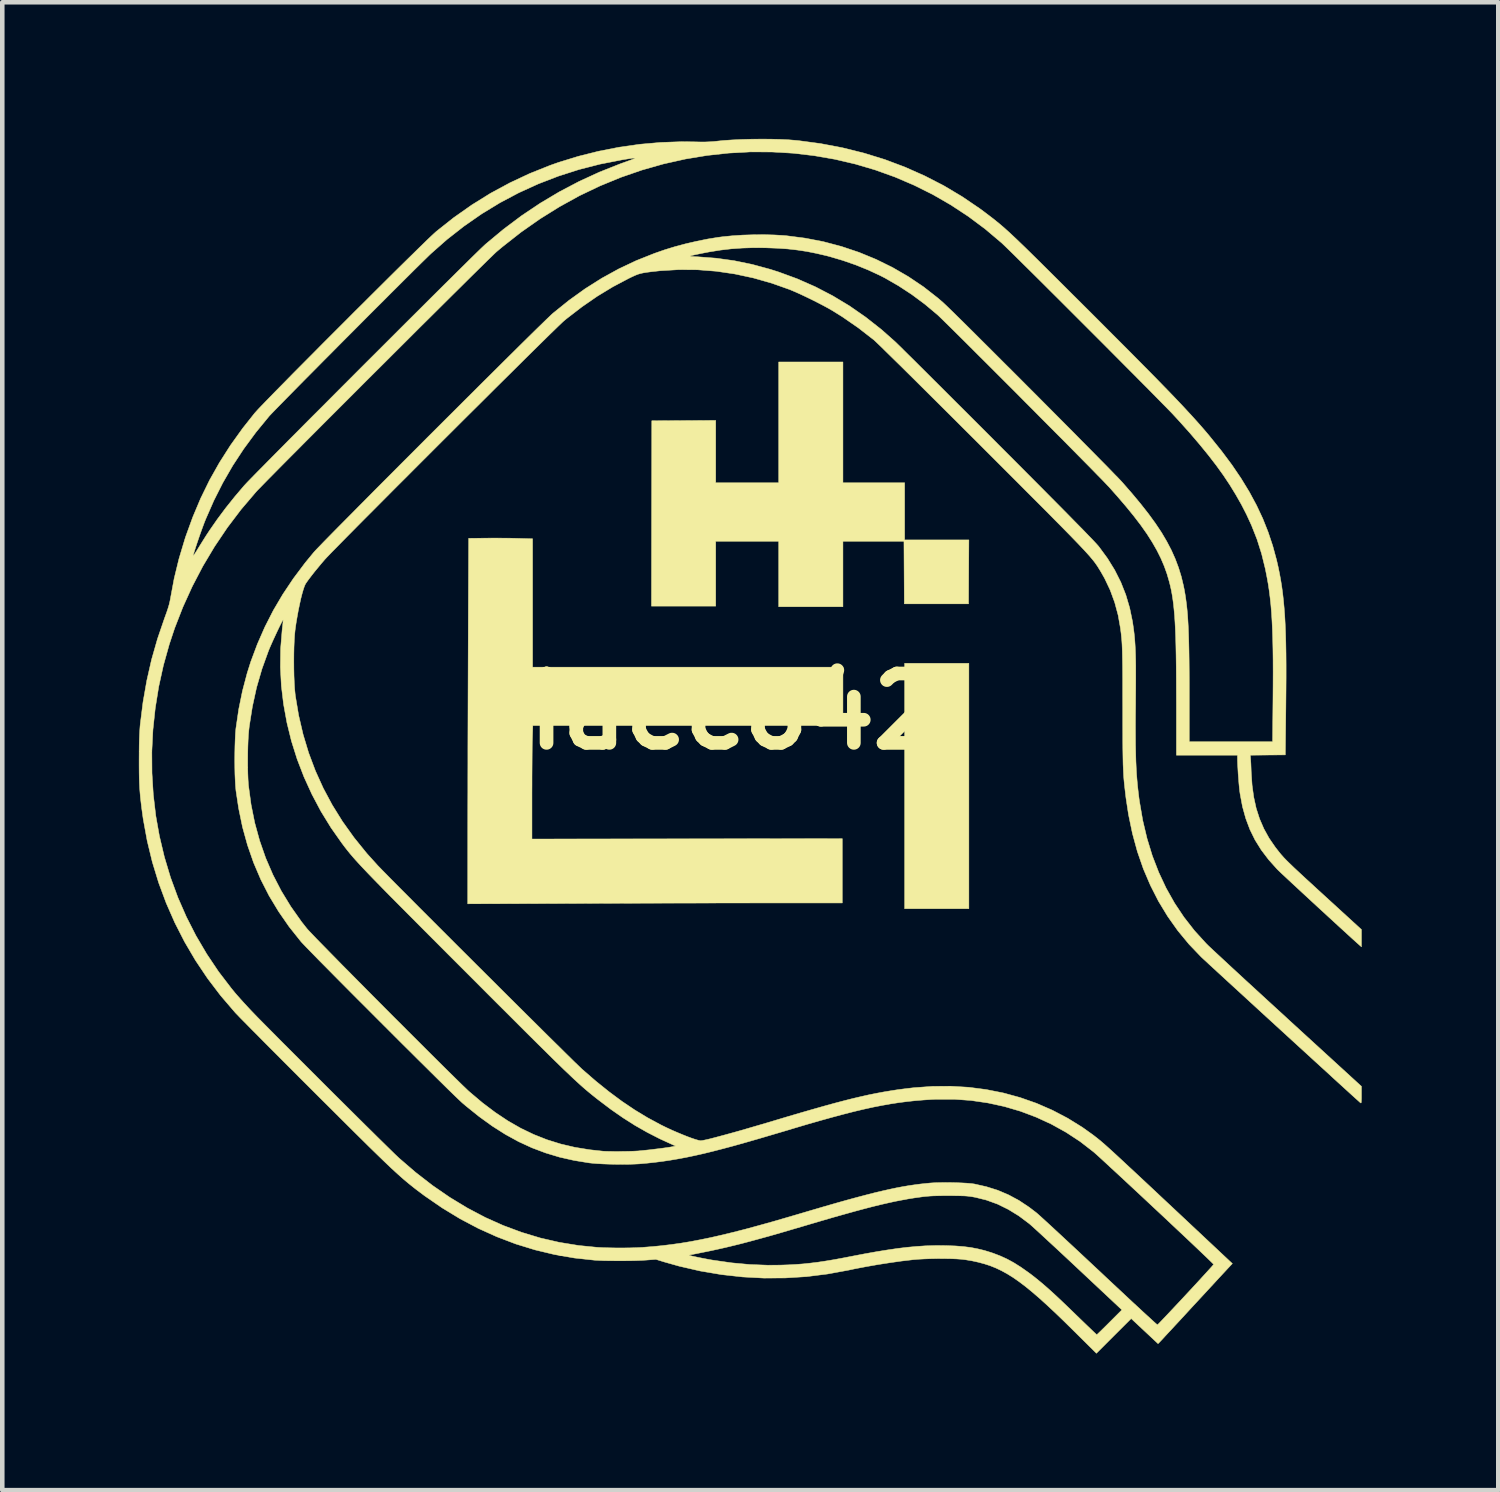
<source format=kicad_pcb>
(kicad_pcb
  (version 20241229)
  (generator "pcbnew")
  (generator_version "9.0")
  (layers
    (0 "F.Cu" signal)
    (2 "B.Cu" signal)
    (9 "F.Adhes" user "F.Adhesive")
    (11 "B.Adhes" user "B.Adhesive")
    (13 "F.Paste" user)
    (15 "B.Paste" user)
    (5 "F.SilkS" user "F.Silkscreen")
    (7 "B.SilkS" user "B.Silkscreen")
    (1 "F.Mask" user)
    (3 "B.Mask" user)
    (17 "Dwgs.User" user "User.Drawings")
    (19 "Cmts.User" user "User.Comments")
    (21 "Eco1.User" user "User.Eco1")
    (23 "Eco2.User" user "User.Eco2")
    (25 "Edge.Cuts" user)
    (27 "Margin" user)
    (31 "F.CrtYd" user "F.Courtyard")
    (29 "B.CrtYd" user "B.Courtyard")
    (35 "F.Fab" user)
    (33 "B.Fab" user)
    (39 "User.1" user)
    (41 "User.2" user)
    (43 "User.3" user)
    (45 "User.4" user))
  (footprint "biacco42"
    (layer "F.Cu")
    (at 12.401 12.576)
    (property "Reference" "biacco42" (at 0 0 0) (layer "F.SilkS") (effects (font (size 1.524 1.524) (thickness 0.3))))
    (attr through_hole)
    (fp_poly (pts (xy 5.828 4.332) (xy 4.417 4.332) (xy 4.417 -1.058) (xy 5.828 -1.058) (xy 5.828 4.332)) (stroke (width 0.01) (type solid)) (fill yes) (layer "F.SilkS"))
    (fp_poly (pts (xy 3.062 -5.024) (xy 4.417 -5.024) (xy 4.417 -3.768) (xy 5.828 -3.768) (xy 5.824 -3.066) (xy 5.821 -2.364) (xy 4.41 -2.364) (xy 4.406 -3.052) (xy 4.402 -3.739) (xy 3.062 -3.739) (xy 3.062 -2.3) (xy 1.651 -2.3) (xy 1.651 -3.739) (xy 0.268 -3.739) (xy 0.268 -2.314) (xy -1.143 -2.314) (xy -1.14 -4.35) (xy -1.136 -6.385) (xy -0.434 -6.389) (xy 0.268 -6.393) (xy 0.268 -5.024) (xy 1.651 -5.024) (xy 1.651 -7.676) (xy 3.062 -7.676) (xy 3.062 -5.024)) (stroke (width 0.01) (type solid)) (fill yes) (layer "F.SilkS"))
    (fp_poly (pts (xy -4.521 -3.808) (xy -4.378 -3.807) (xy -4.242 -3.806) (xy -4.12 -3.803) (xy -4.082 -3.802) (xy -3.754 -3.793) (xy -3.754 -0.974) (xy 3.062 -0.974) (xy 3.062 0.31) (xy -3.749 0.31) (xy -3.758 0.588) (xy -3.76 0.651) (xy -3.762 0.738) (xy -3.763 0.848) (xy -3.764 0.976) (xy -3.765 1.119) (xy -3.766 1.274) (xy -3.767 1.438) (xy -3.767 1.608) (xy -3.768 1.78) (xy -3.768 1.833) (xy -3.768 2.801) (xy -0.36 2.797) (xy 3.048 2.793) (xy 3.048 4.205) (xy 1.519 4.205) (xy 1.334 4.205) (xy 1.122 4.205) (xy 0.888 4.206) (xy 0.634 4.206) (xy 0.363 4.206) (xy 0.077 4.207) (xy -0.22 4.208) (xy -0.527 4.208) (xy -0.839 4.209) (xy -1.156 4.21) (xy -1.473 4.211) (xy -1.788 4.212) (xy -2.098 4.213) (xy -2.401 4.214) (xy -2.594 4.215) (xy -5.179 4.224) (xy -5.177 2.045) (xy -5.176 1.759) (xy -5.176 1.455) (xy -5.175 1.137) (xy -5.175 0.809) (xy -5.174 0.475) (xy -5.173 0.138) (xy -5.172 -0.197) (xy -5.171 -0.527) (xy -5.17 -0.848) (xy -5.169 -1.156) (xy -5.168 -1.447) (xy -5.167 -1.718) (xy -5.166 -1.964) (xy -5.166 -1.968) (xy -5.158 -3.803) (xy -4.784 -3.807) (xy -4.659 -3.808) (xy -4.521 -3.808)) (stroke (width 0.01) (type solid)) (fill yes) (layer "F.SilkS"))
    (fp_poly (pts (xy 1.475 -12.57) (xy 1.68 -12.565) (xy 1.87 -12.556) (xy 2.04 -12.542) (xy 2.081 -12.538) (xy 2.574 -12.472) (xy 3.056 -12.38) (xy 3.526 -12.263) (xy 3.983 -12.122) (xy 4.427 -11.955) (xy 4.857 -11.764) (xy 5.275 -11.549) (xy 5.678 -11.309) (xy 6.067 -11.045) (xy 6.196 -10.949) (xy 6.258 -10.902) (xy 6.317 -10.857) (xy 6.373 -10.814) (xy 6.427 -10.77) (xy 6.482 -10.726) (xy 6.537 -10.679) (xy 6.595 -10.63) (xy 6.656 -10.575) (xy 6.722 -10.516) (xy 6.793 -10.449) (xy 6.872 -10.375) (xy 6.959 -10.291) (xy 7.056 -10.198) (xy 7.163 -10.093) (xy 7.282 -9.976) (xy 7.415 -9.845) (xy 7.562 -9.699) (xy 7.724 -9.538) (xy 7.904 -9.359) (xy 8.101 -9.162) (xy 8.218 -9.046) (xy 8.491 -8.774) (xy 8.745 -8.52) (xy 8.98 -8.284) (xy 9.199 -8.065) (xy 9.401 -7.862) (xy 9.587 -7.674) (xy 9.759 -7.5) (xy 9.918 -7.339) (xy 10.063 -7.19) (xy 10.197 -7.052) (xy 10.321 -6.924) (xy 10.434 -6.805) (xy 10.539 -6.694) (xy 10.635 -6.59) (xy 10.725 -6.493) (xy 10.808 -6.401) (xy 10.887 -6.313) (xy 10.961 -6.228) (xy 11.032 -6.146) (xy 11.1 -6.065) (xy 11.127 -6.032) (xy 11.378 -5.72) (xy 11.605 -5.416) (xy 11.807 -5.118) (xy 11.987 -4.823) (xy 12.145 -4.53) (xy 12.283 -4.236) (xy 12.401 -3.939) (xy 12.502 -3.636) (xy 12.586 -3.326) (xy 12.622 -3.169) (xy 12.651 -3.027) (xy 12.677 -2.885) (xy 12.7 -2.741) (xy 12.72 -2.593) (xy 12.737 -2.439) (xy 12.752 -2.277) (xy 12.765 -2.104) (xy 12.775 -1.92) (xy 12.783 -1.722) (xy 12.789 -1.508) (xy 12.793 -1.276) (xy 12.795 -1.024) (xy 12.795 -0.749) (xy 12.793 -0.451) (xy 12.79 -0.126) (xy 12.79 -0.113) (xy 12.778 0.953) (xy 12.393 0.956) (xy 12.009 0.96) (xy 12.015 1.041) (xy 12.018 1.085) (xy 12.022 1.149) (xy 12.025 1.226) (xy 12.028 1.309) (xy 12.029 1.333) (xy 12.048 1.617) (xy 12.084 1.88) (xy 12.138 2.126) (xy 12.212 2.356) (xy 12.306 2.574) (xy 12.421 2.782) (xy 12.559 2.983) (xy 12.663 3.115) (xy 12.69 3.147) (xy 12.718 3.178) (xy 12.747 3.211) (xy 12.78 3.245) (xy 12.818 3.284) (xy 12.862 3.327) (xy 12.914 3.377) (xy 12.975 3.436) (xy 13.047 3.503) (xy 13.132 3.582) (xy 13.23 3.673) (xy 13.344 3.777) (xy 13.474 3.897) (xy 13.623 4.033) (xy 13.741 4.141) (xy 14.45 4.789) (xy 14.45 5.169) (xy 14.419 5.142) (xy 14.383 5.11) (xy 14.329 5.062) (xy 14.26 5) (xy 14.177 4.924) (xy 14.083 4.838) (xy 13.979 4.743) (xy 13.867 4.64) (xy 13.749 4.532) (xy 13.628 4.42) (xy 13.504 4.307) (xy 13.381 4.193) (xy 13.261 4.082) (xy 13.144 3.974) (xy 13.033 3.871) (xy 12.93 3.776) (xy 12.838 3.69) (xy 12.757 3.614) (xy 12.69 3.552) (xy 12.64 3.504) (xy 12.607 3.472) (xy 12.598 3.463) (xy 12.411 3.254) (xy 12.25 3.042) (xy 12.113 2.822) (xy 12 2.592) (xy 11.909 2.349) (xy 11.837 2.09) (xy 11.785 1.812) (xy 11.776 1.75) (xy 11.768 1.677) (xy 11.759 1.584) (xy 11.751 1.478) (xy 11.742 1.365) (xy 11.736 1.255) (xy 11.73 1.153) (xy 11.727 1.067) (xy 11.727 1.027) (xy 11.726 0.96) (xy 10.386 0.96) (xy 10.386 -0.145) (xy 10.385 -0.452) (xy 10.384 -0.733) (xy 10.382 -0.99) (xy 10.379 -1.223) (xy 10.375 -1.435) (xy 10.37 -1.627) (xy 10.363 -1.802) (xy 10.355 -1.96) (xy 10.346 -2.104) (xy 10.334 -2.235) (xy 10.322 -2.355) (xy 10.307 -2.466) (xy 10.291 -2.569) (xy 10.273 -2.666) (xy 10.252 -2.76) (xy 10.231 -2.844) (xy 10.18 -3.02) (xy 10.118 -3.193) (xy 10.044 -3.366) (xy 9.957 -3.54) (xy 9.855 -3.718) (xy 9.738 -3.902) (xy 9.604 -4.092) (xy 9.451 -4.292) (xy 9.279 -4.503) (xy 9.087 -4.727) (xy 8.907 -4.93) (xy 8.872 -4.966) (xy 8.82 -5.021) (xy 8.751 -5.093) (xy 8.665 -5.18) (xy 8.566 -5.282) (xy 8.453 -5.397) (xy 8.328 -5.523) (xy 8.193 -5.66) (xy 8.048 -5.807) (xy 7.896 -5.961) (xy 7.736 -6.121) (xy 7.571 -6.287) (xy 7.402 -6.457) (xy 7.231 -6.63) (xy 7.057 -6.804) (xy 6.884 -6.979) (xy 6.711 -7.152) (xy 6.541 -7.322) (xy 6.374 -7.489) (xy 6.212 -7.651) (xy 6.056 -7.806) (xy 5.908 -7.954) (xy 5.769 -8.093) (xy 5.639 -8.222) (xy 5.521 -8.339) (xy 5.416 -8.443) (xy 5.324 -8.533) (xy 5.248 -8.608) (xy 5.188 -8.666) (xy 5.146 -8.706) (xy 5.129 -8.721) (xy 4.86 -8.946) (xy 4.576 -9.157) (xy 4.283 -9.349) (xy 3.986 -9.52) (xy 3.879 -9.575) (xy 3.621 -9.695) (xy 3.345 -9.807) (xy 3.06 -9.906) (xy 2.776 -9.99) (xy 2.7 -10.01) (xy 2.476 -10.062) (xy 2.265 -10.104) (xy 2.059 -10.135) (xy 1.849 -10.159) (xy 1.629 -10.174) (xy 1.389 -10.183) (xy 1.369 -10.184) (xy 1.099 -10.186) (xy 0.849 -10.178) (xy 0.609 -10.161) (xy 0.371 -10.133) (xy 0.128 -10.094) (xy -0.038 -10.062) (xy -0.14 -10.041) (xy -0.215 -10.025) (xy -0.263 -10.013) (xy -0.287 -10.005) (xy -0.287 -9.999) (xy -0.263 -9.994) (xy -0.217 -9.991) (xy -0.149 -9.987) (xy -0.122 -9.986) (xy 0.281 -9.955) (xy 0.676 -9.9) (xy 1.069 -9.819) (xy 1.463 -9.712) (xy 1.651 -9.652) (xy 2.06 -9.502) (xy 2.455 -9.328) (xy 2.836 -9.13) (xy 3.205 -8.908) (xy 3.562 -8.66) (xy 3.909 -8.387) (xy 4.198 -8.131) (xy 4.226 -8.105) (xy 4.273 -8.059) (xy 4.338 -7.996) (xy 4.419 -7.915) (xy 4.516 -7.819) (xy 4.629 -7.708) (xy 4.754 -7.583) (xy 4.893 -7.445) (xy 5.043 -7.295) (xy 5.204 -7.135) (xy 5.374 -6.965) (xy 5.553 -6.786) (xy 5.74 -6.6) (xy 5.933 -6.407) (xy 6.132 -6.208) (xy 6.335 -6.005) (xy 6.471 -5.868) (xy 6.744 -5.595) (xy 6.997 -5.341) (xy 7.23 -5.107) (xy 7.445 -4.891) (xy 7.641 -4.693) (xy 7.819 -4.514) (xy 7.979 -4.352) (xy 8.122 -4.206) (xy 8.248 -4.078) (xy 8.358 -3.966) (xy 8.451 -3.869) (xy 8.529 -3.789) (xy 8.591 -3.723) (xy 8.638 -3.672) (xy 8.671 -3.635) (xy 8.684 -3.619) (xy 8.871 -3.365) (xy 9.031 -3.106) (xy 9.165 -2.84) (xy 9.274 -2.564) (xy 9.359 -2.277) (xy 9.422 -1.974) (xy 9.446 -1.806) (xy 9.457 -1.719) (xy 9.466 -1.633) (xy 9.473 -1.546) (xy 9.479 -1.455) (xy 9.484 -1.358) (xy 9.488 -1.252) (xy 9.491 -1.133) (xy 9.493 -1.001) (xy 9.493 -0.852) (xy 9.493 -0.683) (xy 9.492 -0.493) (xy 9.49 -0.277) (xy 9.49 -0.183) (xy 9.487 0.082) (xy 9.486 0.323) (xy 9.487 0.54) (xy 9.488 0.737) (xy 9.492 0.917) (xy 9.496 1.082) (xy 9.503 1.234) (xy 9.511 1.378) (xy 9.522 1.514) (xy 9.534 1.646) (xy 9.549 1.776) (xy 9.565 1.908) (xy 9.576 1.983) (xy 9.647 2.395) (xy 9.741 2.79) (xy 9.857 3.169) (xy 9.997 3.531) (xy 10.159 3.877) (xy 10.344 4.206) (xy 10.552 4.518) (xy 10.783 4.814) (xy 11.037 5.093) (xy 11.066 5.122) (xy 11.093 5.149) (xy 11.14 5.193) (xy 11.205 5.254) (xy 11.287 5.33) (xy 11.385 5.421) (xy 11.497 5.525) (xy 11.623 5.642) (xy 11.761 5.769) (xy 11.909 5.906) (xy 12.068 6.051) (xy 12.234 6.204) (xy 12.407 6.363) (xy 12.586 6.527) (xy 12.77 6.695) (xy 12.831 6.752) (xy 14.45 8.233) (xy 14.45 8.422) (xy 14.45 8.498) (xy 14.448 8.55) (xy 14.446 8.581) (xy 14.442 8.596) (xy 14.435 8.598) (xy 14.426 8.592) (xy 14.41 8.578) (xy 14.375 8.546) (xy 14.321 8.498) (xy 14.251 8.435) (xy 14.166 8.357) (xy 14.066 8.266) (xy 13.954 8.164) (xy 13.83 8.051) (xy 13.697 7.928) (xy 13.554 7.798) (xy 13.404 7.661) (xy 13.249 7.519) (xy 13.088 7.372) (xy 12.924 7.222) (xy 12.758 7.07) (xy 12.592 6.918) (xy 12.426 6.766) (xy 12.262 6.616) (xy 12.102 6.469) (xy 11.946 6.326) (xy 11.797 6.189) (xy 11.654 6.058) (xy 11.521 5.936) (xy 11.397 5.822) (xy 11.285 5.719) (xy 11.186 5.628) (xy 11.101 5.55) (xy 11.032 5.485) (xy 10.979 5.437) (xy 10.944 5.404) (xy 10.931 5.392) (xy 10.662 5.111) (xy 10.416 4.813) (xy 10.193 4.498) (xy 9.992 4.167) (xy 9.815 3.819) (xy 9.66 3.456) (xy 9.528 3.075) (xy 9.42 2.679) (xy 9.334 2.266) (xy 9.278 1.898) (xy 9.267 1.805) (xy 9.257 1.72) (xy 9.248 1.641) (xy 9.24 1.565) (xy 9.233 1.491) (xy 9.227 1.415) (xy 9.223 1.336) (xy 9.219 1.251) (xy 9.215 1.158) (xy 9.213 1.055) (xy 9.211 0.939) (xy 9.209 0.808) (xy 9.208 0.659) (xy 9.208 0.491) (xy 9.207 0.302) (xy 9.207 0.087) (xy 9.207 -0.085) (xy 9.206 -0.315) (xy 9.206 -0.52) (xy 9.206 -0.7) (xy 9.205 -0.859) (xy 9.204 -0.998) (xy 9.202 -1.12) (xy 9.2 -1.226) (xy 9.198 -1.319) (xy 9.195 -1.401) (xy 9.192 -1.474) (xy 9.188 -1.54) (xy 9.183 -1.601) (xy 9.177 -1.66) (xy 9.171 -1.719) (xy 9.163 -1.779) (xy 9.157 -1.827) (xy 9.106 -2.115) (xy 9.03 -2.397) (xy 8.931 -2.667) (xy 8.809 -2.924) (xy 8.733 -3.058) (xy 8.711 -3.095) (xy 8.689 -3.13) (xy 8.669 -3.163) (xy 8.648 -3.196) (xy 8.625 -3.229) (xy 8.601 -3.263) (xy 8.574 -3.299) (xy 8.543 -3.337) (xy 8.507 -3.38) (xy 8.467 -3.427) (xy 8.42 -3.479) (xy 8.366 -3.538) (xy 8.305 -3.603) (xy 8.235 -3.677) (xy 8.156 -3.759) (xy 8.067 -3.851) (xy 7.967 -3.953) (xy 7.855 -4.067) (xy 7.73 -4.193) (xy 7.593 -4.332) (xy 7.441 -4.485) (xy 7.274 -4.652) (xy 7.091 -4.835) (xy 6.892 -5.035) (xy 6.675 -5.252) (xy 6.44 -5.487) (xy 6.186 -5.741) (xy 6.147 -5.78) (xy 5.934 -5.993) (xy 5.725 -6.201) (xy 5.522 -6.404) (xy 5.325 -6.6) (xy 5.134 -6.79) (xy 4.952 -6.971) (xy 4.779 -7.143) (xy 4.616 -7.305) (xy 4.463 -7.456) (xy 4.323 -7.595) (xy 4.195 -7.72) (xy 4.081 -7.832) (xy 3.982 -7.929) (xy 3.899 -8.011) (xy 3.832 -8.075) (xy 3.783 -8.122) (xy 3.753 -8.15) (xy 3.747 -8.156) (xy 3.401 -8.425) (xy 3.048 -8.669) (xy 2.828 -8.806) (xy 2.739 -8.857) (xy 2.63 -8.916) (xy 2.509 -8.979) (xy 2.38 -9.044) (xy 2.25 -9.107) (xy 2.125 -9.166) (xy 2.011 -9.217) (xy 1.914 -9.258) (xy 1.898 -9.265) (xy 1.497 -9.407) (xy 1.093 -9.522) (xy 0.687 -9.609) (xy 0.279 -9.669) (xy -0.131 -9.701) (xy -0.54 -9.704) (xy -0.949 -9.68) (xy -1.15 -9.658) (xy -1.246 -9.645) (xy -1.322 -9.633) (xy -1.384 -9.619) (xy -1.442 -9.602) (xy -1.502 -9.578) (xy -1.572 -9.546) (xy -1.644 -9.511) (xy -1.992 -9.327) (xy -2.333 -9.12) (xy -2.669 -8.888) (xy -3.004 -8.63) (xy -3.062 -8.582) (xy -3.088 -8.559) (xy -3.132 -8.517) (xy -3.195 -8.457) (xy -3.274 -8.38) (xy -3.369 -8.288) (xy -3.478 -8.181) (xy -3.601 -8.06) (xy -3.736 -7.927) (xy -3.883 -7.782) (xy -4.04 -7.626) (xy -4.206 -7.461) (xy -4.381 -7.288) (xy -4.563 -7.108) (xy -4.75 -6.921) (xy -4.943 -6.729) (xy -5.14 -6.534) (xy -5.34 -6.335) (xy -5.541 -6.134) (xy -5.744 -5.932) (xy -5.946 -5.73) (xy -6.146 -5.53) (xy -6.345 -5.331) (xy -6.539 -5.136) (xy -6.73 -4.946) (xy -6.914 -4.761) (xy -7.092 -4.582) (xy -7.262 -4.411) (xy -7.424 -4.249) (xy -7.576 -4.096) (xy -7.716 -3.954) (xy -7.845 -3.824) (xy -7.961 -3.706) (xy -8.062 -3.603) (xy -8.149 -3.515) (xy -8.219 -3.442) (xy -8.272 -3.387) (xy -8.306 -3.35) (xy -8.314 -3.342) (xy -8.392 -3.251) (xy -8.469 -3.158) (xy -8.544 -3.067) (xy -8.611 -2.981) (xy -8.669 -2.905) (xy -8.714 -2.843) (xy -8.742 -2.801) (xy -8.764 -2.753) (xy -8.789 -2.68) (xy -8.816 -2.587) (xy -8.844 -2.478) (xy -8.871 -2.354) (xy -8.899 -2.221) (xy -8.924 -2.082) (xy -8.948 -1.941) (xy -8.968 -1.8) (xy -8.97 -1.785) (xy -8.98 -1.683) (xy -8.988 -1.559) (xy -8.994 -1.417) (xy -8.997 -1.264) (xy -8.998 -1.103) (xy -8.997 -0.941) (xy -8.994 -0.783) (xy -8.988 -0.635) (xy -8.98 -0.501) (xy -8.969 -0.387) (xy -8.964 -0.344) (xy -8.892 0.085) (xy -8.795 0.502) (xy -8.673 0.907) (xy -8.525 1.301) (xy -8.352 1.683) (xy -8.153 2.055) (xy -7.928 2.417) (xy -7.676 2.769) (xy -7.398 3.113) (xy -7.151 3.387) (xy -7.11 3.429) (xy -7.051 3.49) (xy -6.975 3.567) (xy -6.884 3.66) (xy -6.778 3.767) (xy -6.659 3.887) (xy -6.527 4.019) (xy -6.385 4.162) (xy -6.233 4.315) (xy -6.072 4.476) (xy -5.903 4.645) (xy -5.729 4.819) (xy -5.549 4.999) (xy -5.365 5.183) (xy -5.178 5.369) (xy -4.99 5.557) (xy -4.801 5.745) (xy -4.613 5.932) (xy -4.427 6.118) (xy -4.244 6.3) (xy -4.065 6.478) (xy -3.891 6.651) (xy -3.724 6.816) (xy -3.565 6.974) (xy -3.414 7.124) (xy -3.274 7.262) (xy -3.144 7.39) (xy -3.028 7.505) (xy -2.924 7.607) (xy -2.836 7.694) (xy -2.763 7.764) (xy -2.707 7.818) (xy -2.67 7.854) (xy -2.659 7.863) (xy -2.363 8.12) (xy -2.073 8.353) (xy -1.79 8.563) (xy -1.509 8.752) (xy -1.228 8.922) (xy -0.946 9.074) (xy -0.917 9.089) (xy -0.808 9.142) (xy -0.694 9.195) (xy -0.578 9.245) (xy -0.465 9.292) (xy -0.358 9.335) (xy -0.261 9.371) (xy -0.177 9.399) (xy -0.111 9.418) (xy -0.066 9.426) (xy -0.06 9.426) (xy -0.025 9.422) (xy 0.036 9.41) (xy 0.12 9.391) (xy 0.226 9.364) (xy 0.351 9.331) (xy 0.495 9.292) (xy 0.655 9.248) (xy 0.83 9.199) (xy 1.018 9.144) (xy 1.217 9.086) (xy 1.425 9.025) (xy 1.548 8.988) (xy 1.858 8.895) (xy 2.144 8.811) (xy 2.408 8.735) (xy 2.651 8.666) (xy 2.876 8.604) (xy 3.085 8.549) (xy 3.279 8.5) (xy 3.462 8.457) (xy 3.636 8.418) (xy 3.801 8.385) (xy 3.962 8.355) (xy 4.119 8.329) (xy 4.274 8.305) (xy 4.431 8.285) (xy 4.591 8.266) (xy 4.628 8.262) (xy 5.031 8.233) (xy 5.43 8.23) (xy 5.822 8.253) (xy 6.208 8.303) (xy 6.586 8.378) (xy 6.954 8.479) (xy 7.313 8.605) (xy 7.662 8.757) (xy 7.998 8.933) (xy 8.321 9.133) (xy 8.548 9.295) (xy 8.582 9.321) (xy 8.615 9.347) (xy 8.648 9.372) (xy 8.682 9.4) (xy 8.718 9.429) (xy 8.757 9.463) (xy 8.801 9.5) (xy 8.85 9.544) (xy 8.906 9.594) (xy 8.97 9.652) (xy 9.043 9.719) (xy 9.126 9.796) (xy 9.221 9.884) (xy 9.328 9.984) (xy 9.449 10.096) (xy 9.585 10.223) (xy 9.737 10.365) (xy 9.906 10.523) (xy 10.093 10.699) (xy 10.292 10.885) (xy 11.615 12.126) (xy 11.567 12.176) (xy 11.55 12.195) (xy 11.515 12.232) (xy 11.464 12.287) (xy 11.399 12.357) (xy 11.321 12.441) (xy 11.233 12.537) (xy 11.134 12.644) (xy 11.028 12.759) (xy 10.916 12.88) (xy 10.798 13.007) (xy 10.795 13.01) (xy 10.678 13.137) (xy 10.566 13.259) (xy 10.46 13.374) (xy 10.361 13.48) (xy 10.273 13.576) (xy 10.195 13.659) (xy 10.13 13.729) (xy 10.08 13.784) (xy 10.045 13.821) (xy 10.028 13.839) (xy 10.027 13.84) (xy 9.983 13.885) (xy 9.688 13.609) (xy 9.393 13.333) (xy 9.011 13.714) (xy 8.629 14.096) (xy 8.142 13.613) (xy 7.928 13.402) (xy 7.73 13.211) (xy 7.547 13.04) (xy 7.377 12.886) (xy 7.219 12.75) (xy 7.071 12.629) (xy 6.931 12.523) (xy 6.798 12.43) (xy 6.669 12.35) (xy 6.543 12.281) (xy 6.419 12.222) (xy 6.294 12.172) (xy 6.167 12.131) (xy 6.037 12.096) (xy 5.901 12.066) (xy 5.757 12.042) (xy 5.757 12.042) (xy 5.67 12.031) (xy 5.559 12.023) (xy 5.432 12.018) (xy 5.292 12.016) (xy 5.145 12.015) (xy 4.998 12.018) (xy 4.854 12.023) (xy 4.72 12.03) (xy 4.601 12.04) (xy 4.586 12.042) (xy 4.349 12.07) (xy 4.095 12.106) (xy 3.832 12.147) (xy 3.57 12.193) (xy 3.319 12.241) (xy 3.183 12.27) (xy 2.725 12.354) (xy 2.262 12.412) (xy 1.796 12.441) (xy 1.327 12.444) (xy 0.859 12.419) (xy 0.391 12.367) (xy -0.074 12.288) (xy -0.535 12.182) (xy -0.858 12.091) (xy -1.046 12.033) (xy -1.26 12.049) (xy -1.361 12.055) (xy -1.482 12.06) (xy -1.618 12.063) (xy -1.762 12.064) (xy -1.908 12.064) (xy -2.051 12.063) (xy -2.184 12.061) (xy -2.3 12.056) (xy -2.393 12.051) (xy -2.836 12.003) (xy -3.203 11.939) (xy -0.32 11.939) (xy -0.317 11.943) (xy -0.291 11.95) (xy -0.245 11.962) (xy -0.183 11.975) (xy -0.11 11.991) (xy -0.029 12.007) (xy 0.055 12.023) (xy 0.139 12.039) (xy 0.205 12.05) (xy 0.616 12.109) (xy 1.017 12.146) (xy 1.412 12.161) (xy 1.686 12.159) (xy 1.863 12.153) (xy 2.03 12.144) (xy 2.19 12.132) (xy 2.35 12.115) (xy 2.514 12.095) (xy 2.686 12.069) (xy 2.872 12.038) (xy 3.077 12) (xy 3.252 11.966) (xy 3.539 11.911) (xy 3.802 11.864) (xy 4.044 11.825) (xy 4.269 11.792) (xy 4.479 11.767) (xy 4.677 11.749) (xy 4.867 11.736) (xy 5.051 11.73) (xy 5.233 11.729) (xy 5.339 11.731) (xy 5.535 11.738) (xy 5.71 11.752) (xy 5.869 11.772) (xy 6.02 11.801) (xy 6.169 11.837) (xy 6.321 11.884) (xy 6.362 11.898) (xy 6.516 11.957) (xy 6.665 12.025) (xy 6.814 12.106) (xy 6.968 12.203) (xy 7.133 12.319) (xy 7.19 12.361) (xy 7.274 12.426) (xy 7.358 12.494) (xy 7.445 12.566) (xy 7.537 12.646) (xy 7.636 12.734) (xy 7.745 12.834) (xy 7.865 12.947) (xy 8 13.076) (xy 8.152 13.223) (xy 8.185 13.255) (xy 8.278 13.345) (xy 8.365 13.429) (xy 8.443 13.504) (xy 8.511 13.569) (xy 8.566 13.622) (xy 8.607 13.66) (xy 8.63 13.682) (xy 8.636 13.687) (xy 8.648 13.678) (xy 8.676 13.651) (xy 8.72 13.609) (xy 8.775 13.555) (xy 8.84 13.491) (xy 8.911 13.42) (xy 8.916 13.415) (xy 9.189 13.142) (xy 8.232 12.245) (xy 8.09 12.112) (xy 7.952 11.983) (xy 7.82 11.86) (xy 7.694 11.743) (xy 7.577 11.635) (xy 7.471 11.537) (xy 7.377 11.45) (xy 7.297 11.377) (xy 7.232 11.318) (xy 7.184 11.275) (xy 7.155 11.25) (xy 7.154 11.249) (xy 6.926 11.078) (xy 6.693 10.935) (xy 6.457 10.819) (xy 6.214 10.731) (xy 5.966 10.669) (xy 5.947 10.666) (xy 5.892 10.656) (xy 5.841 10.649) (xy 5.787 10.643) (xy 5.728 10.639) (xy 5.657 10.637) (xy 5.571 10.635) (xy 5.464 10.634) (xy 5.383 10.634) (xy 5.254 10.634) (xy 5.147 10.636) (xy 5.057 10.638) (xy 4.979 10.642) (xy 4.906 10.648) (xy 4.833 10.655) (xy 4.76 10.665) (xy 4.625 10.684) (xy 4.488 10.706) (xy 4.349 10.732) (xy 4.203 10.76) (xy 4.05 10.794) (xy 3.888 10.831) (xy 3.713 10.874) (xy 3.525 10.923) (xy 3.32 10.978) (xy 3.098 11.04) (xy 2.856 11.108) (xy 2.592 11.185) (xy 2.303 11.27) (xy 2.223 11.294) (xy 1.94 11.377) (xy 1.681 11.453) (xy 1.444 11.521) (xy 1.226 11.581) (xy 1.024 11.636) (xy 0.835 11.686) (xy 0.657 11.73) (xy 0.487 11.771) (xy 0.323 11.808) (xy 0.162 11.843) (xy 0.04 11.868) (xy -0.056 11.887) (xy -0.142 11.905) (xy -0.216 11.919) (xy -0.272 11.93) (xy -0.308 11.937) (xy -0.32 11.939) (xy -3.203 11.939) (xy -3.273 11.927) (xy -3.702 11.824) (xy -4.125 11.694) (xy -4.54 11.536) (xy -4.948 11.352) (xy -5.349 11.14) (xy -5.742 10.901) (xy -6.128 10.635) (xy -6.312 10.497) (xy -6.368 10.453) (xy -6.423 10.409) (xy -6.478 10.365) (xy -6.533 10.319) (xy -6.59 10.271) (xy -6.65 10.218) (xy -6.714 10.161) (xy -6.783 10.098) (xy -6.858 10.029) (xy -6.94 9.951) (xy -7.031 9.864) (xy -7.131 9.767) (xy -7.241 9.66) (xy -7.364 9.54) (xy -7.499 9.406) (xy -7.648 9.259) (xy -7.812 9.096) (xy -7.992 8.917) (xy -8.189 8.72) (xy -8.405 8.506) (xy -8.514 8.397) (xy -8.695 8.216) (xy -8.873 8.039) (xy -9.045 7.866) (xy -9.212 7.699) (xy -9.371 7.539) (xy -9.522 7.388) (xy -9.663 7.246) (xy -9.793 7.114) (xy -9.912 6.995) (xy -10.016 6.889) (xy -10.107 6.797) (xy -10.182 6.721) (xy -10.239 6.661) (xy -10.279 6.62) (xy -10.294 6.603) (xy -10.606 6.239) (xy -10.894 5.86) (xy -11.158 5.466) (xy -11.397 5.059) (xy -11.612 4.638) (xy -11.802 4.205) (xy -11.967 3.76) (xy -12.106 3.305) (xy -12.219 2.838) (xy -12.306 2.362) (xy -12.339 2.124) (xy -12.354 1.999) (xy -12.367 1.887) (xy -12.376 1.782) (xy -12.384 1.68) (xy -12.389 1.575) (xy -12.393 1.462) (xy -12.395 1.335) (xy -12.396 1.19) (xy -12.396 1.058) (xy -12.395 0.891) (xy -12.395 0.878) (xy -12.116 0.878) (xy -12.113 1.354) (xy -12.084 1.826) (xy -12.029 2.294) (xy -11.95 2.736) (xy -11.841 3.195) (xy -11.706 3.645) (xy -11.545 4.083) (xy -11.358 4.51) (xy -11.147 4.924) (xy -10.911 5.325) (xy -10.652 5.712) (xy -10.368 6.083) (xy -10.291 6.177) (xy -10.243 6.233) (xy -10.18 6.304) (xy -10.107 6.385) (xy -10.028 6.471) (xy -9.948 6.557) (xy -9.9 6.607) (xy -9.853 6.656) (xy -9.789 6.722) (xy -9.708 6.804) (xy -9.613 6.9) (xy -9.505 7.009) (xy -9.386 7.129) (xy -9.256 7.26) (xy -9.117 7.399) (xy -8.97 7.546) (xy -8.818 7.698) (xy -8.661 7.855) (xy -8.501 8.015) (xy -8.34 8.176) (xy -8.178 8.338) (xy -8.017 8.498) (xy -7.858 8.656) (xy -7.704 8.809) (xy -7.555 8.957) (xy -7.413 9.098) (xy -7.279 9.23) (xy -7.155 9.353) (xy -7.041 9.465) (xy -6.941 9.563) (xy -6.854 9.648) (xy -6.783 9.718) (xy -6.728 9.77) (xy -6.692 9.804) (xy -6.688 9.808) (xy -6.321 10.124) (xy -5.949 10.412) (xy -5.571 10.672) (xy -5.186 10.905) (xy -4.796 11.111) (xy -4.398 11.289) (xy -3.995 11.439) (xy -3.585 11.563) (xy -3.168 11.659) (xy -2.745 11.728) (xy -2.342 11.768) (xy -2.218 11.775) (xy -2.073 11.779) (xy -1.916 11.782) (xy -1.755 11.782) (xy -1.598 11.78) (xy -1.453 11.775) (xy -1.327 11.769) (xy -1.326 11.768) (xy -1.12 11.752) (xy -0.915 11.732) (xy -0.709 11.707) (xy -0.501 11.678) (xy -0.289 11.643) (xy -0.069 11.601) (xy 0.16 11.554) (xy 0.401 11.499) (xy 0.656 11.437) (xy 0.926 11.368) (xy 1.216 11.289) (xy 1.525 11.203) (xy 1.858 11.106) (xy 2.053 11.049) (xy 2.361 10.958) (xy 2.644 10.875) (xy 2.904 10.8) (xy 3.142 10.733) (xy 3.362 10.673) (xy 3.563 10.62) (xy 3.75 10.572) (xy 3.922 10.531) (xy 4.082 10.495) (xy 4.233 10.463) (xy 4.375 10.436) (xy 4.511 10.413) (xy 4.643 10.394) (xy 4.772 10.377) (xy 4.9 10.364) (xy 4.979 10.356) (xy 5.073 10.35) (xy 5.184 10.347) (xy 5.305 10.345) (xy 5.432 10.346) (xy 5.558 10.349) (xy 5.679 10.354) (xy 5.788 10.36) (xy 5.88 10.368) (xy 5.948 10.377) (xy 6.213 10.437) (xy 6.462 10.515) (xy 6.699 10.616) (xy 6.928 10.739) (xy 7.152 10.888) (xy 7.308 11.007) (xy 7.336 11.031) (xy 7.382 11.072) (xy 7.447 11.131) (xy 7.528 11.205) (xy 7.623 11.292) (xy 7.732 11.393) (xy 7.853 11.505) (xy 7.984 11.627) (xy 8.125 11.758) (xy 8.273 11.896) (xy 8.428 12.041) (xy 8.587 12.19) (xy 8.7 12.295) (xy 8.859 12.445) (xy 9.012 12.588) (xy 9.159 12.725) (xy 9.297 12.854) (xy 9.426 12.975) (xy 9.545 13.084) (xy 9.651 13.183) (xy 9.745 13.269) (xy 9.824 13.341) (xy 9.887 13.399) (xy 9.933 13.44) (xy 9.961 13.464) (xy 9.97 13.471) (xy 9.981 13.46) (xy 10.011 13.43) (xy 10.056 13.383) (xy 10.115 13.321) (xy 10.187 13.245) (xy 10.27 13.157) (xy 10.362 13.059) (xy 10.462 12.953) (xy 10.567 12.84) (xy 10.593 12.812) (xy 10.7 12.697) (xy 10.8 12.589) (xy 10.893 12.488) (xy 10.977 12.396) (xy 11.05 12.316) (xy 11.111 12.249) (xy 11.158 12.197) (xy 11.189 12.161) (xy 11.203 12.144) (xy 11.203 12.143) (xy 11.193 12.131) (xy 11.164 12.102) (xy 11.117 12.056) (xy 11.054 11.995) (xy 10.976 11.921) (xy 10.885 11.834) (xy 10.783 11.737) (xy 10.67 11.63) (xy 10.548 11.515) (xy 10.419 11.394) (xy 10.284 11.267) (xy 10.145 11.136) (xy 10.003 11.003) (xy 9.859 10.869) (xy 9.716 10.735) (xy 9.575 10.603) (xy 9.436 10.474) (xy 9.303 10.35) (xy 9.175 10.231) (xy 9.055 10.12) (xy 8.944 10.018) (xy 8.844 9.925) (xy 8.756 9.844) (xy 8.682 9.776) (xy 8.622 9.722) (xy 8.579 9.684) (xy 8.56 9.668) (xy 8.269 9.443) (xy 7.962 9.242) (xy 7.641 9.064) (xy 7.307 8.91) (xy 6.962 8.78) (xy 6.608 8.676) (xy 6.245 8.597) (xy 5.875 8.543) (xy 5.5 8.516) (xy 5.121 8.516) (xy 5.008 8.521) (xy 4.826 8.533) (xy 4.647 8.548) (xy 4.47 8.567) (xy 4.292 8.59) (xy 4.11 8.618) (xy 3.924 8.651) (xy 3.729 8.689) (xy 3.525 8.734) (xy 3.309 8.785) (xy 3.079 8.844) (xy 2.832 8.91) (xy 2.566 8.984) (xy 2.28 9.066) (xy 1.97 9.158) (xy 1.825 9.202) (xy 1.5 9.298) (xy 1.201 9.386) (xy 0.923 9.466) (xy 0.667 9.538) (xy 0.428 9.602) (xy 0.207 9.659) (xy -0.001 9.71) (xy -0.197 9.754) (xy -0.382 9.793) (xy -0.559 9.826) (xy -0.73 9.855) (xy -0.897 9.88) (xy -1.062 9.901) (xy -1.227 9.919) (xy -1.394 9.934) (xy -1.416 9.936) (xy -1.52 9.941) (xy -1.643 9.945) (xy -1.779 9.946) (xy -1.923 9.945) (xy -2.067 9.942) (xy -2.207 9.937) (xy -2.335 9.93) (xy -2.445 9.921) (xy -2.511 9.914) (xy -2.842 9.86) (xy -3.161 9.788) (xy -3.469 9.695) (xy -3.769 9.582) (xy -4.062 9.447) (xy -4.352 9.288) (xy -4.64 9.105) (xy -4.928 8.897) (xy -5.219 8.663) (xy -5.299 8.595) (xy -5.33 8.566) (xy -5.38 8.519) (xy -5.448 8.454) (xy -5.53 8.374) (xy -5.628 8.279) (xy -5.738 8.17) (xy -5.86 8.05) (xy -5.992 7.919) (xy -6.133 7.779) (xy -6.283 7.631) (xy -6.438 7.476) (xy -6.599 7.317) (xy -6.763 7.153) (xy -6.93 6.986) (xy -7.098 6.818) (xy -7.265 6.651) (xy -7.431 6.484) (xy -7.595 6.321) (xy -7.754 6.161) (xy -7.907 6.007) (xy -8.054 5.859) (xy -8.192 5.719) (xy -8.321 5.589) (xy -8.439 5.47) (xy -8.544 5.362) (xy -8.637 5.267) (xy -8.714 5.188) (xy -8.775 5.124) (xy -8.819 5.078) (xy -8.843 5.051) (xy -9.102 4.726) (xy -9.334 4.391) (xy -9.542 4.046) (xy -9.724 3.689) (xy -9.882 3.319) (xy -10.015 2.936) (xy -10.125 2.539) (xy -10.21 2.127) (xy -10.269 1.736) (xy -10.278 1.637) (xy -10.285 1.516) (xy -10.291 1.378) (xy -10.294 1.227) (xy -10.295 1.072) (xy -10.011 1.072) (xy -10.011 1.221) (xy -10.008 1.363) (xy -10.003 1.49) (xy -9.996 1.598) (xy -9.993 1.63) (xy -9.937 2.044) (xy -9.856 2.447) (xy -9.748 2.839) (xy -9.616 3.218) (xy -9.457 3.586) (xy -9.273 3.942) (xy -9.063 4.286) (xy -8.828 4.619) (xy -8.715 4.762) (xy -8.691 4.79) (xy -8.648 4.836) (xy -8.587 4.9) (xy -8.511 4.98) (xy -8.419 5.074) (xy -8.314 5.181) (xy -8.197 5.301) (xy -8.069 5.431) (xy -7.932 5.571) (xy -7.786 5.718) (xy -7.633 5.873) (xy -7.474 6.033) (xy -7.312 6.197) (xy -7.146 6.364) (xy -6.978 6.533) (xy -6.81 6.702) (xy -6.642 6.869) (xy -6.477 7.035) (xy -6.315 7.196) (xy -6.158 7.353) (xy -6.007 7.504) (xy -5.864 7.646) (xy -5.729 7.78) (xy -5.604 7.904) (xy -5.49 8.016) (xy -5.389 8.115) (xy -5.302 8.2) (xy -5.23 8.269) (xy -5.175 8.322) (xy -5.137 8.356) (xy -5.136 8.357) (xy -4.854 8.595) (xy -4.574 8.806) (xy -4.295 8.992) (xy -4.014 9.153) (xy -3.729 9.29) (xy -3.438 9.405) (xy -3.137 9.499) (xy -2.826 9.572) (xy -2.501 9.625) (xy -2.208 9.657) (xy -2.146 9.66) (xy -2.063 9.662) (xy -1.963 9.663) (xy -1.855 9.663) (xy -1.744 9.662) (xy -1.637 9.66) (xy -1.54 9.657) (xy -1.459 9.653) (xy -1.439 9.652) (xy -1.367 9.645) (xy -1.279 9.636) (xy -1.181 9.626) (xy -1.078 9.613) (xy -0.975 9.601) (xy -0.878 9.588) (xy -0.792 9.576) (xy -0.721 9.565) (xy -0.672 9.556) (xy -0.663 9.554) (xy -0.614 9.543) (xy -0.67 9.518) (xy -0.962 9.384) (xy -1.239 9.242) (xy -1.506 9.09) (xy -1.77 8.922) (xy -2.036 8.737) (xy -2.3 8.537) (xy -2.353 8.496) (xy -2.403 8.456) (xy -2.453 8.416) (xy -2.502 8.376) (xy -2.551 8.335) (xy -2.602 8.292) (xy -2.656 8.245) (xy -2.712 8.195) (xy -2.772 8.14) (xy -2.838 8.08) (xy -2.909 8.013) (xy -2.986 7.939) (xy -3.072 7.858) (xy -3.165 7.767) (xy -3.268 7.667) (xy -3.381 7.556) (xy -3.505 7.433) (xy -3.641 7.299) (xy -3.79 7.151) (xy -3.952 6.99) (xy -4.128 6.814) (xy -4.32 6.622) (xy -4.529 6.414) (xy -4.754 6.189) (xy -4.997 5.945) (xy -5.259 5.683) (xy -5.328 5.614) (xy -5.582 5.36) (xy -5.817 5.124) (xy -6.033 4.908) (xy -6.232 4.708) (xy -6.414 4.525) (xy -6.581 4.357) (xy -6.734 4.203) (xy -6.872 4.064) (xy -6.997 3.937) (xy -7.11 3.821) (xy -7.212 3.717) (xy -7.303 3.623) (xy -7.385 3.538) (xy -7.458 3.461) (xy -7.523 3.392) (xy -7.582 3.328) (xy -7.634 3.271) (xy -7.681 3.218) (xy -7.723 3.169) (xy -7.763 3.122) (xy -7.799 3.078) (xy -7.834 3.034) (xy -7.868 2.991) (xy -7.902 2.946) (xy -7.936 2.9) (xy -7.939 2.897) (xy -8.183 2.55) (xy -8.404 2.19) (xy -8.601 1.818) (xy -8.775 1.437) (xy -8.925 1.047) (xy -9.05 0.65) (xy -9.149 0.248) (xy -9.223 -0.157) (xy -9.272 -0.565) (xy -9.293 -0.973) (xy -9.288 -1.38) (xy -9.255 -1.783) (xy -9.25 -1.833) (xy -9.242 -1.9) (xy -9.236 -1.956) (xy -9.233 -1.995) (xy -9.233 -2.012) (xy -9.233 -2.013) (xy -9.241 -2.003) (xy -9.259 -1.971) (xy -9.284 -1.922) (xy -9.316 -1.858) (xy -9.352 -1.783) (xy -9.39 -1.702) (xy -9.429 -1.618) (xy -9.467 -1.535) (xy -9.502 -1.456) (xy -9.532 -1.387) (xy -9.554 -1.333) (xy -9.697 -0.937) (xy -9.816 -0.528) (xy -9.908 -0.107) (xy -9.976 0.323) (xy -9.986 0.413) (xy -9.995 0.513) (xy -10.002 0.635) (xy -10.007 0.772) (xy -10.01 0.92) (xy -10.011 1.072) (xy -10.295 1.072) (xy -10.295 1.071) (xy -10.294 0.913) (xy -10.291 0.76) (xy -10.286 0.617) (xy -10.28 0.489) (xy -10.271 0.382) (xy -10.268 0.36) (xy -10.208 -0.049) (xy -10.126 -0.451) (xy -10.023 -0.841) (xy -9.943 -1.094) (xy -9.798 -1.482) (xy -9.634 -1.856) (xy -9.449 -2.219) (xy -9.241 -2.572) (xy -9.009 -2.919) (xy -8.751 -3.263) (xy -8.562 -3.493) (xy -8.536 -3.522) (xy -8.491 -3.57) (xy -8.428 -3.635) (xy -8.348 -3.718) (xy -8.252 -3.816) (xy -8.142 -3.928) (xy -8.018 -4.054) (xy -7.881 -4.192) (xy -7.733 -4.341) (xy -7.575 -4.501) (xy -7.407 -4.67) (xy -7.232 -4.847) (xy -7.049 -5.031) (xy -6.86 -5.22) (xy -6.666 -5.415) (xy -6.468 -5.613) (xy -6.267 -5.814) (xy -6.065 -6.017) (xy -5.861 -6.22) (xy -5.659 -6.422) (xy -5.457 -6.623) (xy -5.258 -6.822) (xy -5.063 -7.016) (xy -4.873 -7.206) (xy -4.688 -7.389) (xy -4.51 -7.566) (xy -4.34 -7.735) (xy -4.179 -7.894) (xy -4.028 -8.044) (xy -3.888 -8.182) (xy -3.76 -8.308) (xy -3.646 -8.42) (xy -3.546 -8.517) (xy -3.461 -8.6) (xy -3.393 -8.665) (xy -3.343 -8.713) (xy -3.311 -8.742) (xy -3.309 -8.744) (xy -2.958 -9.027) (xy -2.602 -9.283) (xy -2.237 -9.514) (xy -1.863 -9.72) (xy -1.478 -9.902) (xy -1.079 -10.061) (xy -0.849 -10.141) (xy -0.627 -10.209) (xy -0.391 -10.272) (xy -0.149 -10.328) (xy 0.089 -10.376) (xy 0.316 -10.413) (xy 0.423 -10.427) (xy 0.634 -10.448) (xy 0.86 -10.463) (xy 1.095 -10.47) (xy 1.329 -10.472) (xy 1.554 -10.466) (xy 1.762 -10.454) (xy 1.818 -10.449) (xy 2.23 -10.396) (xy 2.634 -10.318) (xy 3.03 -10.213) (xy 3.415 -10.084) (xy 3.789 -9.93) (xy 4.151 -9.752) (xy 4.498 -9.551) (xy 4.831 -9.327) (xy 5.147 -9.08) (xy 5.254 -8.988) (xy 5.286 -8.958) (xy 5.337 -8.91) (xy 5.406 -8.843) (xy 5.491 -8.761) (xy 5.59 -8.663) (xy 5.703 -8.552) (xy 5.828 -8.428) (xy 5.964 -8.293) (xy 6.109 -8.148) (xy 6.263 -7.995) (xy 6.424 -7.834) (xy 6.591 -7.667) (xy 6.763 -7.496) (xy 6.938 -7.321) (xy 7.115 -7.143) (xy 7.293 -6.965) (xy 7.47 -6.787) (xy 7.645 -6.611) (xy 7.818 -6.437) (xy 7.986 -6.268) (xy 8.149 -6.104) (xy 8.304 -5.946) (xy 8.452 -5.797) (xy 8.59 -5.657) (xy 8.718 -5.527) (xy 8.834 -5.41) (xy 8.936 -5.305) (xy 9.024 -5.214) (xy 9.097 -5.14) (xy 9.152 -5.082) (xy 9.189 -5.042) (xy 9.193 -5.038) (xy 9.407 -4.793) (xy 9.6 -4.561) (xy 9.772 -4.342) (xy 9.925 -4.132) (xy 10.059 -3.931) (xy 10.175 -3.734) (xy 10.276 -3.541) (xy 10.361 -3.35) (xy 10.433 -3.158) (xy 10.493 -2.963) (xy 10.541 -2.763) (xy 10.562 -2.66) (xy 10.579 -2.56) (xy 10.594 -2.458) (xy 10.608 -2.352) (xy 10.62 -2.24) (xy 10.631 -2.119) (xy 10.639 -1.989) (xy 10.647 -1.846) (xy 10.653 -1.689) (xy 10.658 -1.515) (xy 10.662 -1.323) (xy 10.665 -1.111) (xy 10.667 -0.876) (xy 10.668 -0.617) (xy 10.668 -0.377) (xy 10.668 0.663) (xy 12.498 0.663) (xy 12.507 -0.265) (xy 12.509 -0.58) (xy 12.51 -0.87) (xy 12.509 -1.135) (xy 12.506 -1.379) (xy 12.501 -1.603) (xy 12.494 -1.809) (xy 12.485 -2) (xy 12.474 -2.178) (xy 12.46 -2.345) (xy 12.443 -2.503) (xy 12.424 -2.653) (xy 12.402 -2.799) (xy 12.376 -2.943) (xy 12.348 -3.085) (xy 12.339 -3.131) (xy 12.257 -3.464) (xy 12.157 -3.78) (xy 12.036 -4.087) (xy 11.924 -4.33) (xy 11.812 -4.548) (xy 11.69 -4.762) (xy 11.559 -4.976) (xy 11.415 -5.192) (xy 11.257 -5.411) (xy 11.083 -5.636) (xy 10.892 -5.87) (xy 10.683 -6.115) (xy 10.452 -6.373) (xy 10.337 -6.498) (xy 10.3 -6.538) (xy 10.245 -6.595) (xy 10.172 -6.67) (xy 10.084 -6.759) (xy 9.982 -6.863) (xy 9.867 -6.98) (xy 9.74 -7.109) (xy 9.602 -7.247) (xy 9.456 -7.395) (xy 9.301 -7.55) (xy 9.14 -7.712) (xy 8.974 -7.879) (xy 8.804 -8.05) (xy 8.631 -8.223) (xy 8.456 -8.398) (xy 8.282 -8.572) (xy 8.109 -8.745) (xy 7.938 -8.916) (xy 7.771 -9.083) (xy 7.609 -9.244) (xy 7.454 -9.399) (xy 7.306 -9.546) (xy 7.167 -9.684) (xy 7.038 -9.811) (xy 6.921 -9.927) (xy 6.817 -10.03) (xy 6.727 -10.118) (xy 6.652 -10.191) (xy 6.594 -10.247) (xy 6.554 -10.285) (xy 6.542 -10.296) (xy 6.187 -10.596) (xy 5.817 -10.872) (xy 5.432 -11.125) (xy 5.035 -11.354) (xy 4.625 -11.558) (xy 4.205 -11.738) (xy 3.774 -11.893) (xy 3.334 -12.023) (xy 2.885 -12.128) (xy 2.43 -12.207) (xy 1.968 -12.261) (xy 1.501 -12.288) (xy 1.029 -12.29) (xy 0.555 -12.264) (xy 0.078 -12.212) (xy -0.395 -12.134) (xy -0.878 -12.026) (xy -1.353 -11.891) (xy -1.819 -11.73) (xy -2.276 -11.542) (xy -2.724 -11.328) (xy -3.161 -11.087) (xy -3.588 -10.821) (xy -4.005 -10.529) (xy -4.41 -10.211) (xy -4.544 -10.099) (xy -4.569 -10.076) (xy -4.613 -10.034) (xy -4.674 -9.974) (xy -4.753 -9.898) (xy -4.847 -9.805) (xy -4.956 -9.698) (xy -5.078 -9.578) (xy -5.213 -9.444) (xy -5.359 -9.299) (xy -5.516 -9.144) (xy -5.682 -8.979) (xy -5.856 -8.806) (xy -6.038 -8.625) (xy -6.226 -8.439) (xy -6.419 -8.246) (xy -6.615 -8.05) (xy -6.815 -7.851) (xy -7.017 -7.649) (xy -7.22 -7.447) (xy -7.423 -7.245) (xy -7.624 -7.043) (xy -7.823 -6.844) (xy -8.019 -6.648) (xy -8.211 -6.456) (xy -8.397 -6.27) (xy -8.576 -6.09) (xy -8.748 -5.918) (xy -8.911 -5.753) (xy -9.065 -5.599) (xy -9.208 -5.455) (xy -9.339 -5.323) (xy -9.457 -5.203) (xy -9.562 -5.097) (xy -9.651 -5.006) (xy -9.724 -4.931) (xy -9.781 -4.873) (xy -9.819 -4.833) (xy -9.831 -4.819) (xy -10.157 -4.436) (xy -10.46 -4.036) (xy -10.74 -3.62) (xy -10.996 -3.191) (xy -11.227 -2.749) (xy -11.434 -2.294) (xy -11.615 -1.83) (xy -11.733 -1.475) (xy -11.862 -1.014) (xy -11.965 -0.546) (xy -12.041 -0.074) (xy -12.092 0.402) (xy -12.116 0.878) (xy -12.395 0.878) (xy -12.394 0.748) (xy -12.391 0.625) (xy -12.387 0.518) (xy -12.382 0.423) (xy -12.376 0.335) (xy -12.371 0.282) (xy -12.31 -0.206) (xy -12.227 -0.679) (xy -12.122 -1.141) (xy -11.992 -1.596) (xy -11.838 -2.047) (xy -11.833 -2.06) (xy -11.791 -2.176) (xy -11.759 -2.272) (xy -11.735 -2.353) (xy -11.718 -2.427) (xy -11.706 -2.491) (xy -11.626 -2.921) (xy -11.521 -3.351) (xy -11.5 -3.422) (xy -11.21 -3.422) (xy -11.207 -3.419) (xy -11.192 -3.438) (xy -11.166 -3.475) (xy -11.132 -3.528) (xy -11.098 -3.584) (xy -11.044 -3.671) (xy -10.983 -3.769) (xy -10.921 -3.867) (xy -10.864 -3.953) (xy -10.852 -3.972) (xy -10.678 -4.222) (xy -10.494 -4.469) (xy -10.294 -4.719) (xy -10.089 -4.96) (xy -10.063 -4.988) (xy -10.018 -5.036) (xy -9.956 -5.1) (xy -9.876 -5.182) (xy -9.781 -5.279) (xy -9.67 -5.391) (xy -9.547 -5.516) (xy -9.411 -5.654) (xy -9.263 -5.803) (xy -9.105 -5.963) (xy -8.937 -6.131) (xy -8.762 -6.308) (xy -8.579 -6.492) (xy -8.389 -6.681) (xy -8.195 -6.876) (xy -7.997 -7.075) (xy -7.796 -7.276) (xy -7.593 -7.48) (xy -7.389 -7.684) (xy -7.185 -7.887) (xy -6.983 -8.089) (xy -6.783 -8.289) (xy -6.587 -8.485) (xy -6.395 -8.676) (xy -6.208 -8.862) (xy -6.029 -9.041) (xy -5.857 -9.212) (xy -5.694 -9.374) (xy -5.54 -9.526) (xy -5.398 -9.667) (xy -5.267 -9.796) (xy -5.15 -9.912) (xy -5.047 -10.013) (xy -4.959 -10.099) (xy -4.887 -10.169) (xy -4.832 -10.221) (xy -4.796 -10.255) (xy -4.787 -10.263) (xy -4.394 -10.59) (xy -3.994 -10.89) (xy -3.585 -11.164) (xy -3.165 -11.414) (xy -2.733 -11.641) (xy -2.287 -11.846) (xy -1.824 -12.03) (xy -1.7 -12.074) (xy -1.617 -12.104) (xy -1.555 -12.127) (xy -1.517 -12.143) (xy -1.503 -12.153) (xy -1.513 -12.156) (xy -1.548 -12.153) (xy -1.609 -12.145) (xy -1.697 -12.131) (xy -1.799 -12.114) (xy -2.273 -12.021) (xy -2.737 -11.902) (xy -3.189 -11.757) (xy -3.63 -11.587) (xy -4.058 -11.392) (xy -4.473 -11.172) (xy -4.875 -10.927) (xy -5.263 -10.657) (xy -5.637 -10.364) (xy -5.985 -10.057) (xy -6.026 -10.018) (xy -6.084 -9.961) (xy -6.159 -9.888) (xy -6.248 -9.8) (xy -6.352 -9.698) (xy -6.467 -9.583) (xy -6.594 -9.457) (xy -6.73 -9.321) (xy -6.875 -9.177) (xy -7.026 -9.025) (xy -7.184 -8.868) (xy -7.346 -8.706) (xy -7.511 -8.54) (xy -7.678 -8.372) (xy -7.846 -8.204) (xy -8.013 -8.036) (xy -8.177 -7.87) (xy -8.339 -7.708) (xy -8.496 -7.549) (xy -8.647 -7.397) (xy -8.791 -7.252) (xy -8.926 -7.115) (xy -9.051 -6.988) (xy -9.165 -6.872) (xy -9.267 -6.768) (xy -9.355 -6.678) (xy -9.428 -6.603) (xy -9.485 -6.544) (xy -9.524 -6.503) (xy -9.541 -6.484) (xy -9.833 -6.128) (xy -10.098 -5.768) (xy -10.339 -5.401) (xy -10.557 -5.023) (xy -10.754 -4.633) (xy -10.932 -4.227) (xy -10.958 -4.163) (xy -10.985 -4.091) (xy -11.017 -4.004) (xy -11.052 -3.907) (xy -11.087 -3.806) (xy -11.121 -3.706) (xy -11.152 -3.612) (xy -11.179 -3.529) (xy -11.199 -3.463) (xy -11.21 -3.422) (xy -11.5 -3.422) (xy -11.391 -3.785) (xy -11.374 -3.838) (xy -11.218 -4.268) (xy -11.044 -4.681) (xy -10.849 -5.08) (xy -10.631 -5.467) (xy -10.39 -5.845) (xy -10.123 -6.218) (xy -9.856 -6.555) (xy -9.826 -6.588) (xy -9.778 -6.641) (xy -9.712 -6.71) (xy -9.629 -6.796) (xy -9.532 -6.896) (xy -9.421 -7.01) (xy -9.297 -7.136) (xy -9.162 -7.273) (xy -9.018 -7.42) (xy -8.864 -7.575) (xy -8.703 -7.737) (xy -8.536 -7.905) (xy -8.365 -8.078) (xy -8.189 -8.254) (xy -8.011 -8.432) (xy -7.832 -8.611) (xy -7.654 -8.79) (xy -7.476 -8.966) (xy -7.302 -9.14) (xy -7.131 -9.31) (xy -6.966 -9.474) (xy -6.808 -9.631) (xy -6.657 -9.78) (xy -6.515 -9.92) (xy -6.383 -10.049) (xy -6.263 -10.167) (xy -6.156 -10.271) (xy -6.064 -10.361) (xy -5.986 -10.435) (xy -5.925 -10.492) (xy -5.882 -10.531) (xy -5.87 -10.542) (xy -5.486 -10.846) (xy -5.088 -11.126) (xy -4.678 -11.381) (xy -4.254 -11.61) (xy -3.819 -11.814) (xy -3.372 -11.993) (xy -3.188 -12.058) (xy -2.753 -12.192) (xy -2.307 -12.304) (xy -1.853 -12.393) (xy -1.396 -12.458) (xy -0.94 -12.498) (xy -0.488 -12.514) (xy -0.212 -12.511) (xy -0.077 -12.508) (xy 0.036 -12.508) (xy 0.133 -12.512) (xy 0.22 -12.518) (xy 0.261 -12.522) (xy 0.433 -12.54) (xy 0.624 -12.553) (xy 0.83 -12.563) (xy 1.045 -12.569) (xy 1.262 -12.571) (xy 1.475 -12.57)) (stroke (width 0.01) (type solid)) (fill yes) (layer "F.SilkS")))
  (gr_rect
    (start -3 -3)
    (end 29.856 29.677)
    (stroke (width 0.1) (type default))
    (fill no)
    (layer "Edge.Cuts")))
</source>
